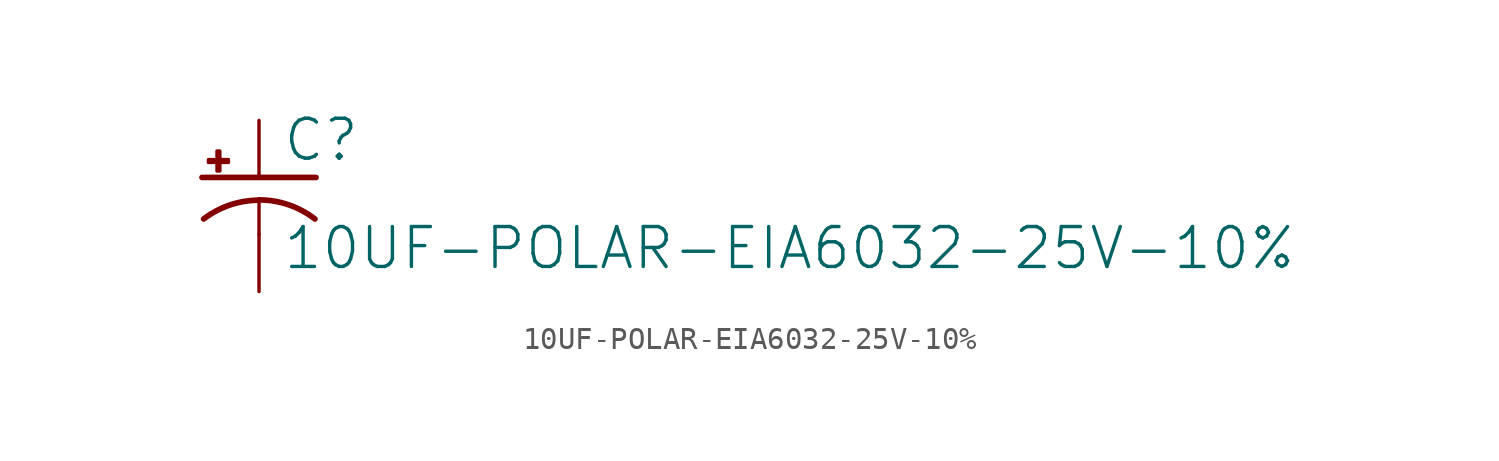
<source format=kicad_sym>
(kicad_symbol_lib
  (version 20211014)
  (generator kicad_symbol_editor)
  (symbol "10UF-POLAR-EIA6032-25V-10%"
    (property "Reference" "C"
      (at 1.016 0.635 0)
      (effects (font (size 1.778 1.778)) (justify left bottom)))
    (property "Value" "10UF-POLAR-EIA6032-25V-10%"
      (at 1.016 -4.191 0)
      (effects (font (size 1.778 1.778)) (justify left bottom)))
    (property "ki_locked" ""
      (at 0 0 0)
      (effects (font (size 1.27 1.27))))
    (symbol "10UF-POLAR-EIA6032-25V-10%_1_0"
      (rectangle (start -2.253 0.668) (end -1.364 0.795) (stroke (width 0) (type default) (color 0 0 0 0)) (fill (type outline)))
      (rectangle (start -1.872 0.287) (end -1.745 1.176) (stroke (width 0) (type default) (color 0 0 0 0)) (fill (type outline)))
      (arc (start 0 -1.0161) (mid -1.3021 -1.2302) (end -2.4669 -1.8504) (stroke (width 0.254) (type default) (color 0 0 0 0)) (fill (type none)))
      (polyline (pts (xy -2.54 0) (xy 2.54 0)) (stroke (width 0.254) (type default) (color 0 0 0 0)) (fill (type none)))
      (polyline (pts (xy 0 -1.016) (xy 0 -2.54)) (stroke (width 0.152) (type default) (color 0 0 0 0)) (fill (type none)))
      (arc (start 2.4892 -1.8542) (mid 1.3158 -1.2195) (end 0 -1) (stroke (width 0.254) (type default) (color 0 0 0 0)) (fill (type none)))
      (pin passive line (at 0 2.54 270) (length 2.54) (name "+" (effects (font (size 0 0)))) (number "A" (effects (font (size 0 0)))))
      (pin passive line (at 0 -5.08 90) (length 2.54) (name "-" (effects (font (size 0 0)))) (number "C" (effects (font (size 0 0))))))))
</source>
